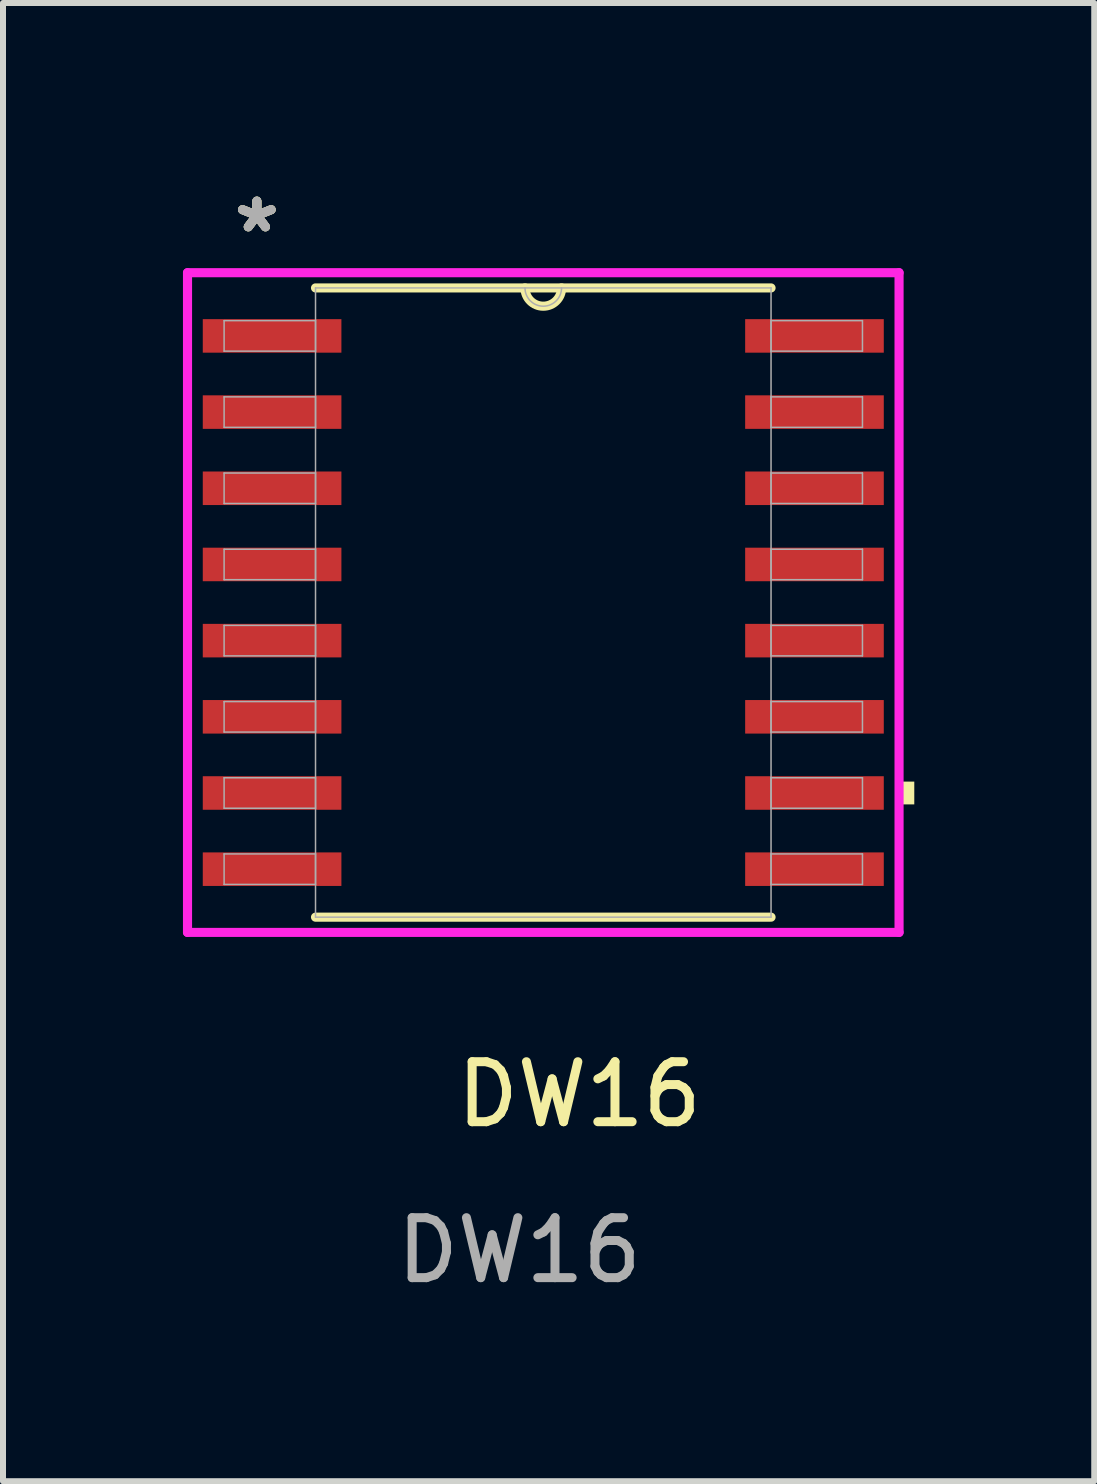
<source format=kicad_pcb>
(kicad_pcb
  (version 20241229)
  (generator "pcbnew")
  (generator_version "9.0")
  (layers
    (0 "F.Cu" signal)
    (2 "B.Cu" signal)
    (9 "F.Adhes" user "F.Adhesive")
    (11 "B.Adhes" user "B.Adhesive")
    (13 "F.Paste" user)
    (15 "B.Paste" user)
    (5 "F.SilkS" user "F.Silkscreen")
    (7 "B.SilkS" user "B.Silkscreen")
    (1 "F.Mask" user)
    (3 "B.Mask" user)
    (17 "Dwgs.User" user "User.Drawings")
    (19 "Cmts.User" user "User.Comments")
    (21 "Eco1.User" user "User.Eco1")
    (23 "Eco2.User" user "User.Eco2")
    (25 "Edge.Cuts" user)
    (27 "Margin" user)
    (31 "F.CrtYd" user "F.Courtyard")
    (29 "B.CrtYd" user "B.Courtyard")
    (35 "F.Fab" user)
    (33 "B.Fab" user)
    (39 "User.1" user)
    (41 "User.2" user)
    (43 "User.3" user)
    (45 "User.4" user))
  (footprint "DW16"
    (layer "F.Cu")
    (at 6.007 6.995)
    (property "Reference" "DW16" (at 0.6 8.2 0) (unlocked yes) (layer "F.SilkS") (effects (font (size 1 1) (thickness 0.15))))
    (attr smd)
    (fp_line (start -3.797 5.245) (end 3.797 5.245) (stroke (width 0.152) (type solid)) (layer "F.SilkS"))
    (fp_line (start 3.797 -5.245) (end -3.797 -5.245) (stroke (width 0.152) (type solid)) (layer "F.SilkS"))
    (fp_arc (start 0.3048 -5.2451) (mid 0 -4.9403) (end -0.3048 -5.2451) (stroke (width 0.1524) (type solid)) (layer "F.SilkS"))
    (fp_poly (pts (xy 6.185 2.985) (xy 6.185 3.365) (xy 5.931 3.365) (xy 5.931 2.985)) (stroke (width 0) (type solid)) (fill yes) (layer "F.SilkS"))
    (fp_line (start -5.931 -5.499) (end 5.931 -5.499) (stroke (width 0.152) (type solid)) (layer "F.CrtYd"))
    (fp_line (start -5.931 5.499) (end -5.931 -5.499) (stroke (width 0.152) (type solid)) (layer "F.CrtYd"))
    (fp_line (start 5.931 -5.499) (end 5.931 5.499) (stroke (width 0.152) (type solid)) (layer "F.CrtYd"))
    (fp_line (start 5.931 5.499) (end -5.931 5.499) (stroke (width 0.152) (type solid)) (layer "F.CrtYd"))
    (fp_line (start -5.321 -4.699) (end -5.321 -4.191) (stroke (width 0.025) (type solid)) (layer "F.Fab"))
    (fp_line (start -5.321 -4.191) (end -3.797 -4.191) (stroke (width 0.025) (type solid)) (layer "F.Fab"))
    (fp_line (start -5.321 -3.429) (end -5.321 -2.921) (stroke (width 0.025) (type solid)) (layer "F.Fab"))
    (fp_line (start -5.321 -2.921) (end -3.797 -2.921) (stroke (width 0.025) (type solid)) (layer "F.Fab"))
    (fp_line (start -5.321 -2.159) (end -5.321 -1.651) (stroke (width 0.025) (type solid)) (layer "F.Fab"))
    (fp_line (start -5.321 -1.651) (end -3.797 -1.651) (stroke (width 0.025) (type solid)) (layer "F.Fab"))
    (fp_line (start -5.321 -0.889) (end -5.321 -0.381) (stroke (width 0.025) (type solid)) (layer "F.Fab"))
    (fp_line (start -5.321 -0.381) (end -3.797 -0.381) (stroke (width 0.025) (type solid)) (layer "F.Fab"))
    (fp_line (start -5.321 0.381) (end -5.321 0.889) (stroke (width 0.025) (type solid)) (layer "F.Fab"))
    (fp_line (start -5.321 0.889) (end -3.797 0.889) (stroke (width 0.025) (type solid)) (layer "F.Fab"))
    (fp_line (start -5.321 1.651) (end -5.321 2.159) (stroke (width 0.025) (type solid)) (layer "F.Fab"))
    (fp_line (start -5.321 2.159) (end -3.797 2.159) (stroke (width 0.025) (type solid)) (layer "F.Fab"))
    (fp_line (start -5.321 2.921) (end -5.321 3.429) (stroke (width 0.025) (type solid)) (layer "F.Fab"))
    (fp_line (start -5.321 3.429) (end -3.797 3.429) (stroke (width 0.025) (type solid)) (layer "F.Fab"))
    (fp_line (start -5.321 4.191) (end -5.321 4.699) (stroke (width 0.025) (type solid)) (layer "F.Fab"))
    (fp_line (start -5.321 4.699) (end -3.797 4.699) (stroke (width 0.025) (type solid)) (layer "F.Fab"))
    (fp_line (start -3.797 -5.245) (end -3.797 5.245) (stroke (width 0.025) (type solid)) (layer "F.Fab"))
    (fp_line (start -3.797 -4.699) (end -5.321 -4.699) (stroke (width 0.025) (type solid)) (layer "F.Fab"))
    (fp_line (start -3.797 -4.191) (end -3.797 -4.699) (stroke (width 0.025) (type solid)) (layer "F.Fab"))
    (fp_line (start -3.797 -3.429) (end -5.321 -3.429) (stroke (width 0.025) (type solid)) (layer "F.Fab"))
    (fp_line (start -3.797 -2.921) (end -3.797 -3.429) (stroke (width 0.025) (type solid)) (layer "F.Fab"))
    (fp_line (start -3.797 -2.159) (end -5.321 -2.159) (stroke (width 0.025) (type solid)) (layer "F.Fab"))
    (fp_line (start -3.797 -1.651) (end -3.797 -2.159) (stroke (width 0.025) (type solid)) (layer "F.Fab"))
    (fp_line (start -3.797 -0.889) (end -5.321 -0.889) (stroke (width 0.025) (type solid)) (layer "F.Fab"))
    (fp_line (start -3.797 -0.381) (end -3.797 -0.889) (stroke (width 0.025) (type solid)) (layer "F.Fab"))
    (fp_line (start -3.797 0.381) (end -5.321 0.381) (stroke (width 0.025) (type solid)) (layer "F.Fab"))
    (fp_line (start -3.797 0.889) (end -3.797 0.381) (stroke (width 0.025) (type solid)) (layer "F.Fab"))
    (fp_line (start -3.797 1.651) (end -5.321 1.651) (stroke (width 0.025) (type solid)) (layer "F.Fab"))
    (fp_line (start -3.797 2.159) (end -3.797 1.651) (stroke (width 0.025) (type solid)) (layer "F.Fab"))
    (fp_line (start -3.797 2.921) (end -5.321 2.921) (stroke (width 0.025) (type solid)) (layer "F.Fab"))
    (fp_line (start -3.797 3.429) (end -3.797 2.921) (stroke (width 0.025) (type solid)) (layer "F.Fab"))
    (fp_line (start -3.797 4.191) (end -5.321 4.191) (stroke (width 0.025) (type solid)) (layer "F.Fab"))
    (fp_line (start -3.797 4.699) (end -3.797 4.191) (stroke (width 0.025) (type solid)) (layer "F.Fab"))
    (fp_line (start -3.797 5.245) (end 3.797 5.245) (stroke (width 0.025) (type solid)) (layer "F.Fab"))
    (fp_line (start 3.797 -5.245) (end -3.797 -5.245) (stroke (width 0.025) (type solid)) (layer "F.Fab"))
    (fp_line (start 3.797 -4.699) (end 3.797 -4.191) (stroke (width 0.025) (type solid)) (layer "F.Fab"))
    (fp_line (start 3.797 -4.191) (end 5.321 -4.191) (stroke (width 0.025) (type solid)) (layer "F.Fab"))
    (fp_line (start 3.797 -3.429) (end 3.797 -2.921) (stroke (width 0.025) (type solid)) (layer "F.Fab"))
    (fp_line (start 3.797 -2.921) (end 5.321 -2.921) (stroke (width 0.025) (type solid)) (layer "F.Fab"))
    (fp_line (start 3.797 -2.159) (end 3.797 -1.651) (stroke (width 0.025) (type solid)) (layer "F.Fab"))
    (fp_line (start 3.797 -1.651) (end 5.321 -1.651) (stroke (width 0.025) (type solid)) (layer "F.Fab"))
    (fp_line (start 3.797 -0.889) (end 3.797 -0.381) (stroke (width 0.025) (type solid)) (layer "F.Fab"))
    (fp_line (start 3.797 -0.381) (end 5.321 -0.381) (stroke (width 0.025) (type solid)) (layer "F.Fab"))
    (fp_line (start 3.797 0.381) (end 3.797 0.889) (stroke (width 0.025) (type solid)) (layer "F.Fab"))
    (fp_line (start 3.797 0.889) (end 5.321 0.889) (stroke (width 0.025) (type solid)) (layer "F.Fab"))
    (fp_line (start 3.797 1.651) (end 3.797 2.159) (stroke (width 0.025) (type solid)) (layer "F.Fab"))
    (fp_line (start 3.797 2.159) (end 5.321 2.159) (stroke (width 0.025) (type solid)) (layer "F.Fab"))
    (fp_line (start 3.797 2.921) (end 3.797 3.429) (stroke (width 0.025) (type solid)) (layer "F.Fab"))
    (fp_line (start 3.797 3.429) (end 5.321 3.429) (stroke (width 0.025) (type solid)) (layer "F.Fab"))
    (fp_line (start 3.797 4.191) (end 3.797 4.699) (stroke (width 0.025) (type solid)) (layer "F.Fab"))
    (fp_line (start 3.797 4.699) (end 5.321 4.699) (stroke (width 0.025) (type solid)) (layer "F.Fab"))
    (fp_line (start 3.797 5.245) (end 3.797 -5.245) (stroke (width 0.025) (type solid)) (layer "F.Fab"))
    (fp_line (start 5.321 -4.699) (end 3.797 -4.699) (stroke (width 0.025) (type solid)) (layer "F.Fab"))
    (fp_line (start 5.321 -4.191) (end 5.321 -4.699) (stroke (width 0.025) (type solid)) (layer "F.Fab"))
    (fp_line (start 5.321 -3.429) (end 3.797 -3.429) (stroke (width 0.025) (type solid)) (layer "F.Fab"))
    (fp_line (start 5.321 -2.921) (end 5.321 -3.429) (stroke (width 0.025) (type solid)) (layer "F.Fab"))
    (fp_line (start 5.321 -2.159) (end 3.797 -2.159) (stroke (width 0.025) (type solid)) (layer "F.Fab"))
    (fp_line (start 5.321 -1.651) (end 5.321 -2.159) (stroke (width 0.025) (type solid)) (layer "F.Fab"))
    (fp_line (start 5.321 -0.889) (end 3.797 -0.889) (stroke (width 0.025) (type solid)) (layer "F.Fab"))
    (fp_line (start 5.321 -0.381) (end 5.321 -0.889) (stroke (width 0.025) (type solid)) (layer "F.Fab"))
    (fp_line (start 5.321 0.381) (end 3.797 0.381) (stroke (width 0.025) (type solid)) (layer "F.Fab"))
    (fp_line (start 5.321 0.889) (end 5.321 0.381) (stroke (width 0.025) (type solid)) (layer "F.Fab"))
    (fp_line (start 5.321 1.651) (end 3.797 1.651) (stroke (width 0.025) (type solid)) (layer "F.Fab"))
    (fp_line (start 5.321 2.159) (end 5.321 1.651) (stroke (width 0.025) (type solid)) (layer "F.Fab"))
    (fp_line (start 5.321 2.921) (end 3.797 2.921) (stroke (width 0.025) (type solid)) (layer "F.Fab"))
    (fp_line (start 5.321 3.429) (end 5.321 2.921) (stroke (width 0.025) (type solid)) (layer "F.Fab"))
    (fp_line (start 5.321 4.191) (end 3.797 4.191) (stroke (width 0.025) (type solid)) (layer "F.Fab"))
    (fp_line (start 5.321 4.699) (end 5.321 4.191) (stroke (width 0.025) (type solid)) (layer "F.Fab"))
    (fp_arc (start 0.3048 -5.2451) (mid 0 -4.9403) (end -0.3048 -5.2451) (stroke (width 0.0254) (type solid)) (layer "F.Fab"))
    (fp_text user "*" (at -4.775 -6.147 0) (layer "F.SilkS") (effects (font (size 1 1) (thickness 0.15))))
    (fp_text user "*" (at -4.775 -6.147 0) (unlocked yes) (layer "F.SilkS") (effects (font (size 1 1) (thickness 0.15))))
    (fp_text user "*" (at -4.775 -6.147 0) (layer "F.Fab") (effects (font (size 1 1) (thickness 0.15))))
    (fp_text user "*" (at -4.775 -6.147 0) (unlocked yes) (layer "F.Fab") (effects (font (size 1 1) (thickness 0.15))))
    (fp_text user "${REFERENCE}" (at -0.4 10.8 0) (unlocked yes) (layer "F.Fab") (effects (font (size 1 1) (thickness 0.15))))
    (pad "1" smd rect (at -4.521 -4.445) (size 2.311 0.559) (layers "F.Cu" "F.Mask" "F.Paste"))
    (pad "2" smd rect (at -4.521 -3.175) (size 2.311 0.559) (layers "F.Cu" "F.Mask" "F.Paste"))
    (pad "3" smd rect (at -4.521 -1.905) (size 2.311 0.559) (layers "F.Cu" "F.Mask" "F.Paste"))
    (pad "4" smd rect (at -4.521 -0.635) (size 2.311 0.559) (layers "F.Cu" "F.Mask" "F.Paste"))
    (pad "5" smd rect (at -4.521 0.635) (size 2.311 0.559) (layers "F.Cu" "F.Mask" "F.Paste"))
    (pad "6" smd rect (at -4.521 1.905) (size 2.311 0.559) (layers "F.Cu" "F.Mask" "F.Paste"))
    (pad "7" smd rect (at -4.521 3.175) (size 2.311 0.559) (layers "F.Cu" "F.Mask" "F.Paste"))
    (pad "8" smd rect (at -4.521 4.445) (size 2.311 0.559) (layers "F.Cu" "F.Mask" "F.Paste"))
    (pad "9" smd rect (at 4.521 4.445) (size 2.311 0.559) (layers "F.Cu" "F.Mask" "F.Paste"))
    (pad "10" smd rect (at 4.521 3.175) (size 2.311 0.559) (layers "F.Cu" "F.Mask" "F.Paste"))
    (pad "11" smd rect (at 4.521 1.905) (size 2.311 0.559) (layers "F.Cu" "F.Mask" "F.Paste"))
    (pad "12" smd rect (at 4.521 0.635) (size 2.311 0.559) (layers "F.Cu" "F.Mask" "F.Paste"))
    (pad "13" smd rect (at 4.521 -0.635) (size 2.311 0.559) (layers "F.Cu" "F.Mask" "F.Paste"))
    (pad "14" smd rect (at 4.521 -1.905) (size 2.311 0.559) (layers "F.Cu" "F.Mask" "F.Paste"))
    (pad "15" smd rect (at 4.521 -3.175) (size 2.311 0.559) (layers "F.Cu" "F.Mask" "F.Paste"))
    (pad "16" smd rect (at 4.521 -4.445) (size 2.311 0.559) (layers "F.Cu" "F.Mask" "F.Paste")))
  (gr_rect
    (start -3 -3)
    (end 15.192 21.643)
    (stroke (width 0.1) (type default))
    (fill no)
    (layer "Edge.Cuts")))
</source>
